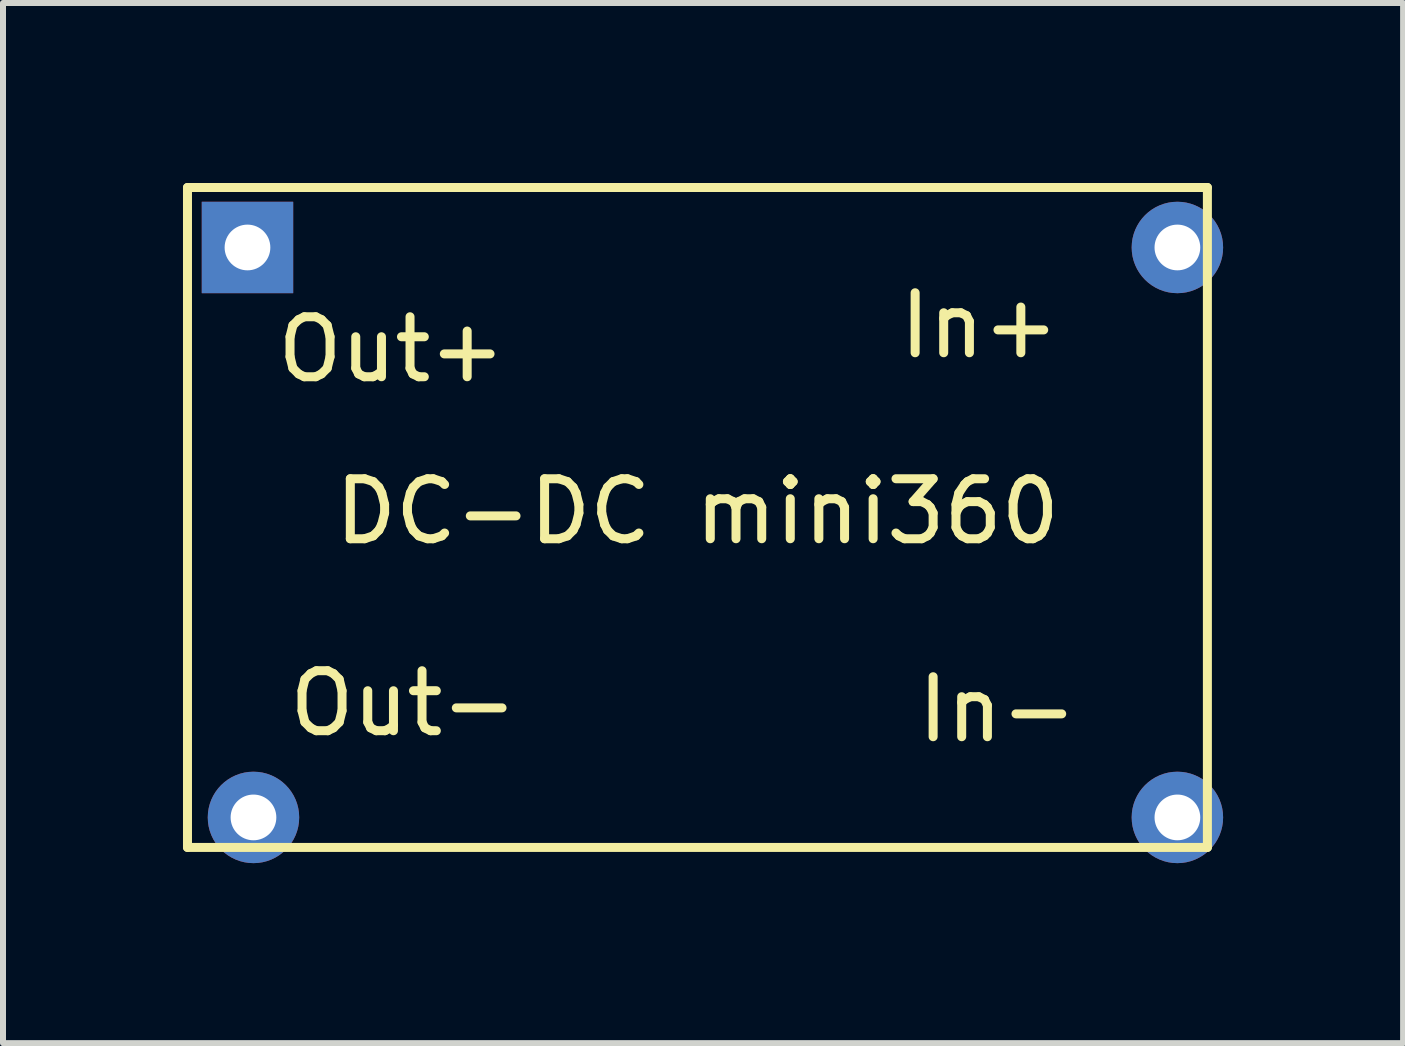
<source format=kicad_pcb>
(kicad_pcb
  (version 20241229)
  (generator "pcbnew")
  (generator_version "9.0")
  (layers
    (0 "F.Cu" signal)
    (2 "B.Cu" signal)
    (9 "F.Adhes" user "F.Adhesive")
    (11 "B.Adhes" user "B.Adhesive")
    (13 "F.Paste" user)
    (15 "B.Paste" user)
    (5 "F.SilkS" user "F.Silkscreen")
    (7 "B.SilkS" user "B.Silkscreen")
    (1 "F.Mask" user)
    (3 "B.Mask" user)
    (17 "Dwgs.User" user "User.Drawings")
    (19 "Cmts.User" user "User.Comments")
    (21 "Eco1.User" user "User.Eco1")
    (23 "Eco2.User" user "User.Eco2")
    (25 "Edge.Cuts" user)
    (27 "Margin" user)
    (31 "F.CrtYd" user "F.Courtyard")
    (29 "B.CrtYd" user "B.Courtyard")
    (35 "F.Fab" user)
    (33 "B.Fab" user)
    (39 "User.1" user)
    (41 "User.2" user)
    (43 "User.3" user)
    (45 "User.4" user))
  (footprint "DC-DC mini360"
    (layer "F.Cu")
    (at 5.375 3.775)
    (property "Reference" "DC-DC mini360" (at 3.2 1.7 0) (layer "F.SilkS") (effects (font (size 1 1) (thickness 0.15))))
    (attr through_hole)
    (fp_line (start -5.3 -3.7) (end -5.3 7.3) (stroke (width 0.15) (type solid)) (layer "F.SilkS"))
    (fp_line (start -5.3 7.3) (end 11.7 7.3) (stroke (width 0.15) (type solid)) (layer "F.SilkS"))
    (fp_line (start 11.7 -3.7) (end -5.3 -3.7) (stroke (width 0.15) (type solid)) (layer "F.SilkS"))
    (fp_line (start 11.7 7.3) (end 11.7 -3.7) (stroke (width 0.15) (type solid)) (layer "F.SilkS"))
    (fp_text user "Out-" (at -1.7 4.9 0) (layer "F.SilkS") (effects (font (size 1 1) (thickness 0.15))))
    (fp_text user "Out+" (at -1.9 -1 0) (layer "F.SilkS") (effects (font (size 1 1) (thickness 0.15))))
    (fp_text user "In+" (at 7.9 -1.4 0) (layer "F.SilkS") (effects (font (size 1 1) (thickness 0.15))))
    (fp_text user "In-" (at 8.2 5 0) (layer "F.SilkS") (effects (font (size 1 1) (thickness 0.15))))
    (pad "1" thru_hole rect (at -4.3 -2.7) (size 1.524 1.524) (drill 0.762) (layers "*.Cu" "*.Mask"))
    (pad "2" thru_hole circle (at -4.2 6.8) (size 1.524 1.524) (drill 0.762) (layers "*.Cu" "*.Mask"))
    (pad "3" thru_hole circle (at 11.2 -2.7) (size 1.524 1.524) (drill 0.762) (layers "*.Cu" "*.Mask"))
    (pad "4" thru_hole circle (at 11.2 6.8) (size 1.524 1.524) (drill 0.762) (layers "*.Cu" "*.Mask")))
  (gr_rect
    (start -3 -3)
    (end 20.337 14.337)
    (stroke (width 0.1) (type default))
    (fill no)
    (layer "Edge.Cuts")))
</source>
